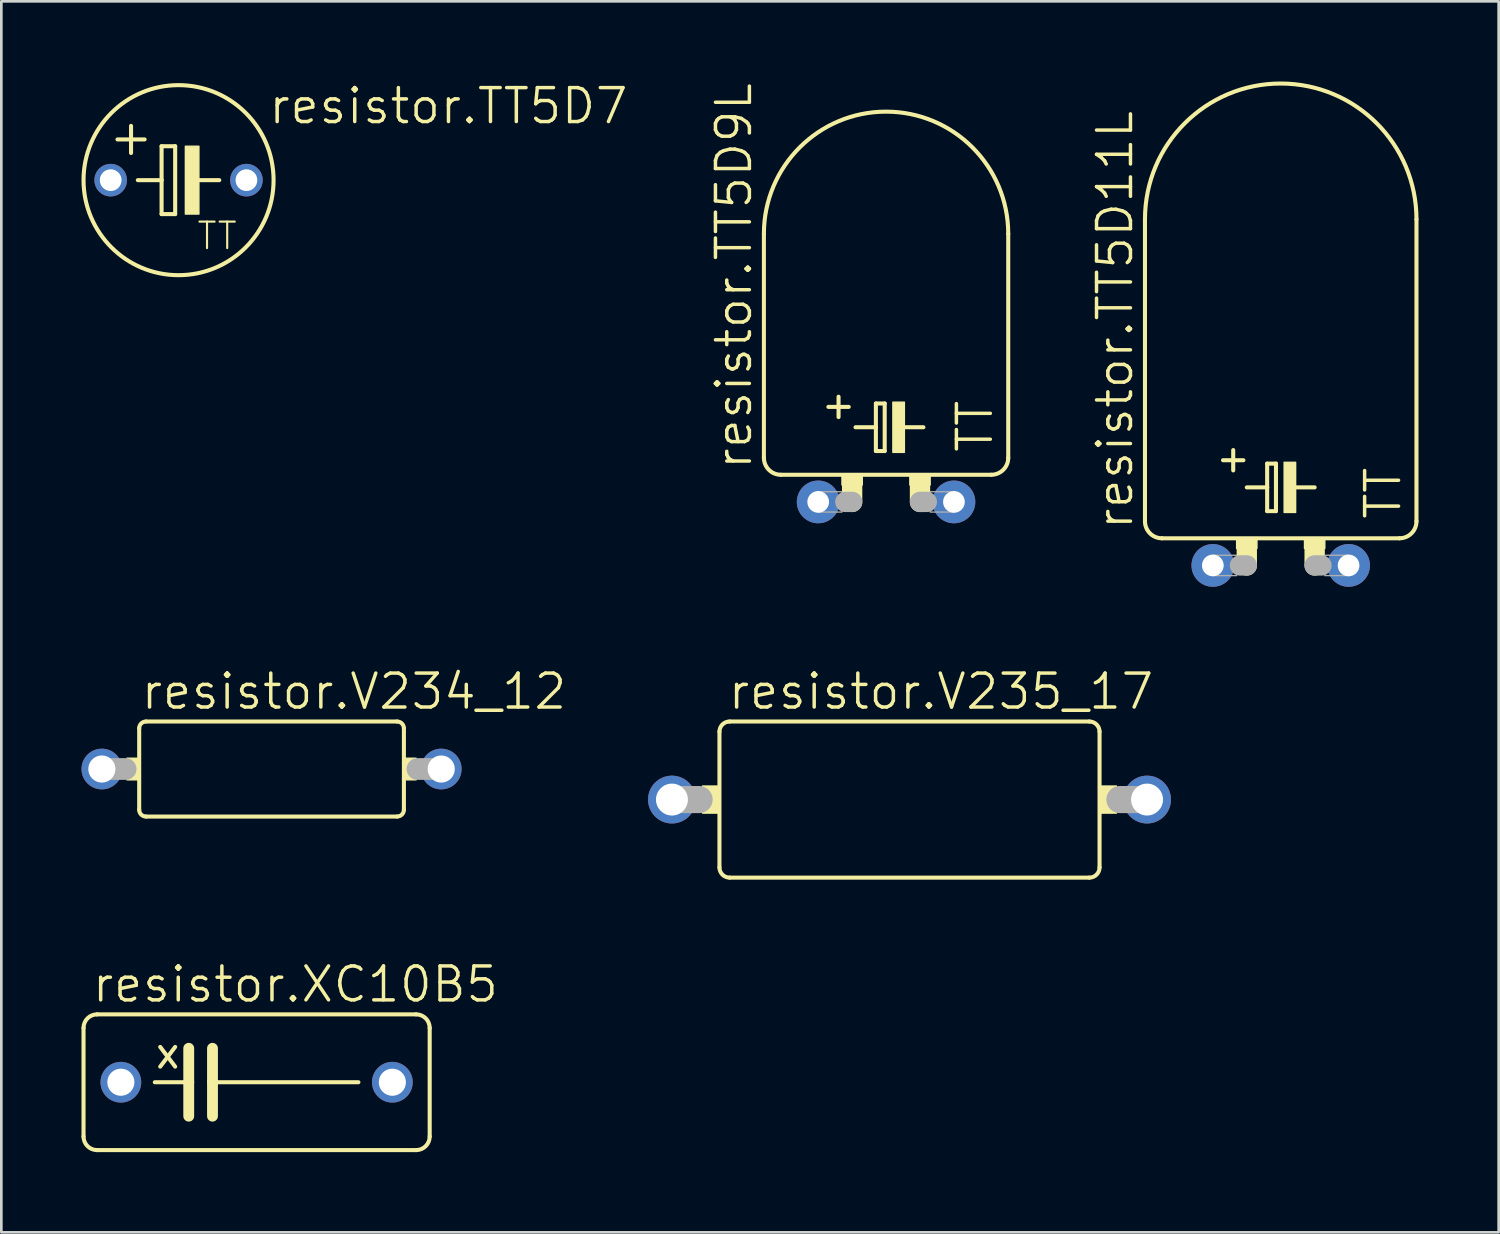
<source format=kicad_pcb>
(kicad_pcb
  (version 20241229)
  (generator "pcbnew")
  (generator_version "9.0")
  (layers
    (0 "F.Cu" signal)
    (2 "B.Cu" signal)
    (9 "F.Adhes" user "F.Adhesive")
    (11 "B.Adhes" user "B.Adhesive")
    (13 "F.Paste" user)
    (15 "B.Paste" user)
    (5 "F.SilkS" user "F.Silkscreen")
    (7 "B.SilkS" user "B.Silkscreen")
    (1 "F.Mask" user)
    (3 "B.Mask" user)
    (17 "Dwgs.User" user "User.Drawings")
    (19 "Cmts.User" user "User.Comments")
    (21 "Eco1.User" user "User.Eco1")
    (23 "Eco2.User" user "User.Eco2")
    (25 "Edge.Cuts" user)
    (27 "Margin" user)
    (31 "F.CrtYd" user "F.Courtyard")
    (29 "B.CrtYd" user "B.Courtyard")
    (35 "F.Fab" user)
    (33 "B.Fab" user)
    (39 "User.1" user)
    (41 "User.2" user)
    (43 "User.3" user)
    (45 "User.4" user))
  (footprint "resistor.TT5D7"
    (layer "F.Cu")
    (at 3.632 3.692)
    (property "Reference" "resistor.TT5D7" (at 3.302 -2.032 0) (layer "F.SilkS") (effects (font (size 1.27 1.27) (thickness 0.13)) (justify left bottom)))
    (attr through_hole)
    (fp_line (start -2.286 -1.524) (end -1.27 -1.524) (stroke (width 0.152) (type default)) (layer "F.SilkS"))
    (fp_line (start -1.778 -1.016) (end -1.778 -2.032) (stroke (width 0.152) (type default)) (layer "F.SilkS"))
    (fp_line (start -1.524 0) (end -0.635 0) (stroke (width 0.152) (type default)) (layer "F.SilkS"))
    (fp_line (start -0.635 -1.27) (end -0.635 0) (stroke (width 0.152) (type default)) (layer "F.SilkS"))
    (fp_line (start -0.635 0) (end -0.635 1.27) (stroke (width 0.152) (type default)) (layer "F.SilkS"))
    (fp_line (start -0.635 1.27) (end -0.127 1.27) (stroke (width 0.152) (type default)) (layer "F.SilkS"))
    (fp_line (start -0.127 -1.27) (end -0.635 -1.27) (stroke (width 0.152) (type default)) (layer "F.SilkS"))
    (fp_line (start -0.127 1.27) (end -0.127 -1.27) (stroke (width 0.152) (type default)) (layer "F.SilkS"))
    (fp_line (start 0.635 0) (end 1.524 0) (stroke (width 0.152) (type default)) (layer "F.SilkS"))
    (fp_rect (start 0.254 1.27) (end 0.762 -1.27) (stroke (width 0.05) (type default)) (fill yes) (layer "F.SilkS"))
    (fp_circle (center 0 0) (end 3.556 0) (stroke (width 0.152) (type default)) (fill no) (layer "F.SilkS"))
    (fp_text user "TT" (at 0.635 2.667 0) (layer "F.SilkS") (effects (font (size 0.991 0.991) (thickness 0.08)) (justify left bottom)))
    (pad "+" thru_hole circle (at -2.54 0) (size 1.219 1.219) (drill 0.813) (layers "*.Cu" "*.Mask"))
    (pad "-" thru_hole circle (at 2.54 0) (size 1.219 1.219) (drill 0.813) (layers "*.Cu" "*.Mask")))
  (footprint "resistor.XC10B5"
    (layer "F.Cu")
    (at 6.553 37.45)
    (property "Reference" "resistor.XC10B5" (at -6.223 -2.921 0) (layer "F.SilkS") (effects (font (size 1.27 1.27) (thickness 0.13)) (justify left bottom)))
    (attr through_hole)
    (fp_line (start -6.477 2.032) (end -6.477 -2.032) (stroke (width 0.152) (type default)) (layer "F.SilkS"))
    (fp_line (start -5.969 2.54) (end 5.969 2.54) (stroke (width 0.152) (type default)) (layer "F.SilkS"))
    (fp_line (start -3.81 0) (end -2.54 0) (stroke (width 0.152) (type default)) (layer "F.SilkS"))
    (fp_line (start -3.607 -1.321) (end -3.048 -0.584) (stroke (width 0.152) (type default)) (layer "F.SilkS"))
    (fp_line (start -3.607 -0.584) (end -3.048 -1.321) (stroke (width 0.152) (type default)) (layer "F.SilkS"))
    (fp_line (start -2.54 -1.27) (end -2.54 0) (stroke (width 0.406) (type default)) (layer "F.SilkS"))
    (fp_line (start -2.54 0) (end -2.54 1.27) (stroke (width 0.406) (type default)) (layer "F.SilkS"))
    (fp_line (start -1.651 -1.27) (end -1.651 0) (stroke (width 0.406) (type default)) (layer "F.SilkS"))
    (fp_line (start -1.651 0) (end -1.651 1.27) (stroke (width 0.406) (type default)) (layer "F.SilkS"))
    (fp_line (start 3.81 0) (end -1.651 0) (stroke (width 0.152) (type default)) (layer "F.SilkS"))
    (fp_line (start 5.969 -2.54) (end -5.969 -2.54) (stroke (width 0.152) (type default)) (layer "F.SilkS"))
    (fp_line (start 6.477 -2.032) (end 6.477 2.032) (stroke (width 0.152) (type default)) (layer "F.SilkS"))
    (fp_arc (start -6.477 -2.032) (mid -6.32821 -2.39121) (end -5.969 -2.54) (stroke (width 0.1524) (type default)) (layer "F.SilkS"))
    (fp_arc (start -5.969 2.54) (mid -6.32821 2.39121) (end -6.477 2.032) (stroke (width 0.1524) (type default)) (layer "F.SilkS"))
    (fp_arc (start 5.969 -2.54) (mid 6.32821 -2.39121) (end 6.477 -2.032) (stroke (width 0.1524) (type default)) (layer "F.SilkS"))
    (fp_arc (start 6.477 2.032) (mid 6.32821 2.39121) (end 5.969 2.54) (stroke (width 0.1524) (type default)) (layer "F.SilkS"))
    (pad "1" thru_hole circle (at -5.08 0) (size 1.524 1.524) (drill 1.016) (layers "*.Cu" "*.Mask"))
    (pad "2" thru_hole circle (at 5.08 0) (size 1.524 1.524) (drill 1.016) (layers "*.Cu" "*.Mask")))
  (footprint "resistor.TT5D9L"
    (layer "F.Cu")
    (at 30.109 15.733)
    (property "Reference" "resistor.TT5D9L" (at -4.953 -1.143 90) (layer "F.SilkS") (effects (font (size 1.27 1.27) (thickness 0.13)) (justify left bottom)))
    (attr through_hole)
    (fp_line (start -4.572 -10.033) (end -4.572 -1.651) (stroke (width 0.152) (type default)) (layer "F.SilkS"))
    (fp_line (start -3.937 -1.016) (end 3.937 -1.016) (stroke (width 0.152) (type default)) (layer "F.SilkS"))
    (fp_line (start -2.159 -3.556) (end -1.397 -3.556) (stroke (width 0.152) (type default)) (layer "F.SilkS"))
    (fp_line (start -1.778 -3.937) (end -1.778 -3.175) (stroke (width 0.152) (type default)) (layer "F.SilkS"))
    (fp_line (start -1.27 -0.635) (end -1.27 0) (stroke (width 0.762) (type default)) (layer "F.SilkS"))
    (fp_line (start -1.143 -2.794) (end -0.381 -2.794) (stroke (width 0.152) (type default)) (layer "F.SilkS"))
    (fp_line (start -0.381 -3.683) (end -0.381 -2.794) (stroke (width 0.152) (type default)) (layer "F.SilkS"))
    (fp_line (start -0.381 -2.794) (end -0.381 -1.905) (stroke (width 0.152) (type default)) (layer "F.SilkS"))
    (fp_line (start -0.381 -1.905) (end -0.051 -1.905) (stroke (width 0.152) (type default)) (layer "F.SilkS"))
    (fp_line (start -0.051 -3.683) (end -0.381 -3.683) (stroke (width 0.152) (type default)) (layer "F.SilkS"))
    (fp_line (start -0.051 -1.905) (end -0.051 -3.683) (stroke (width 0.152) (type default)) (layer "F.SilkS"))
    (fp_line (start 0.635 -2.794) (end 1.397 -2.794) (stroke (width 0.152) (type default)) (layer "F.SilkS"))
    (fp_line (start 1.27 -0.635) (end 1.27 0) (stroke (width 0.762) (type default)) (layer "F.SilkS"))
    (fp_line (start 4.572 -10.033) (end 4.572 -1.651) (stroke (width 0.152) (type default)) (layer "F.SilkS"))
    (fp_rect (start -1.651 -0.635) (end -0.889 -1.016) (stroke (width 0.05) (type default)) (fill yes) (layer "F.SilkS"))
    (fp_rect (start 0.254 -1.854) (end 0.686 -3.734) (stroke (width 0.05) (type default)) (fill yes) (layer "F.SilkS"))
    (fp_rect (start 0.889 -0.635) (end 1.651 -1.016) (stroke (width 0.05) (type default)) (fill yes) (layer "F.SilkS"))
    (fp_arc (start -4.572 -10.033) (mid 0 -14.605) (end 4.572 -10.033) (stroke (width 0.1524) (type default)) (layer "F.SilkS"))
    (fp_arc (start -3.937 -1.016) (mid -4.386013 -1.201987) (end -4.572 -1.651) (stroke (width 0.1524) (type default)) (layer "F.SilkS"))
    (fp_arc (start 4.572 -1.651) (mid 4.386013 -1.201987) (end 3.937 -1.016) (stroke (width 0.1524) (type default)) (layer "F.SilkS"))
    (fp_line (start -1.524 0) (end -1.27 0) (stroke (width 0.762) (type default)) (layer "F.Fab"))
    (fp_line (start 1.524 0) (end 1.27 0) (stroke (width 0.762) (type default)) (layer "F.Fab"))
    (fp_rect (start -2.54 0.381) (end -1.651 -0.381) (stroke (width 0.05) (type default)) (fill no) (layer "F.Fab"))
    (fp_rect (start 1.651 0.381) (end 2.54 -0.381) (stroke (width 0.05) (type default)) (fill no) (layer "F.Fab"))
    (fp_text user "TT" (at 4.064 -1.778 90) (layer "F.SilkS") (effects (font (size 1.27 1.27) (thickness 0.13)) (justify left bottom)))
    (pad "+" thru_hole circle (at -2.54 0) (size 1.6 1.6) (drill 0.813) (layers "*.Cu" "*.Mask"))
    (pad "-" thru_hole circle (at 2.54 0) (size 1.6 1.6) (drill 0.813) (layers "*.Cu" "*.Mask")))
  (footprint "resistor.V234_12"
    (layer "F.Cu")
    (at 7.112 25.729)
    (property "Reference" "resistor.V234_12" (at -4.953 -2.159 0) (layer "F.SilkS") (effects (font (size 1.27 1.27) (thickness 0.13)) (justify left bottom)))
    (attr through_hole)
    (fp_line (start -4.953 -1.524) (end -4.953 1.524) (stroke (width 0.152) (type default)) (layer "F.SilkS"))
    (fp_line (start -4.699 -1.778) (end 4.699 -1.778) (stroke (width 0.152) (type default)) (layer "F.SilkS"))
    (fp_line (start 4.699 1.778) (end -4.699 1.778) (stroke (width 0.152) (type default)) (layer "F.SilkS"))
    (fp_line (start 4.953 -1.524) (end 4.953 1.524) (stroke (width 0.152) (type default)) (layer "F.SilkS"))
    (fp_rect (start -5.41 0.406) (end -4.953 -0.406) (stroke (width 0.05) (type default)) (fill yes) (layer "F.SilkS"))
    (fp_rect (start 4.953 0.406) (end 5.41 -0.406) (stroke (width 0.05) (type default)) (fill yes) (layer "F.SilkS"))
    (fp_arc (start -4.953 -1.524) (mid -4.878605 -1.703605) (end -4.699 -1.778) (stroke (width 0.1524) (type default)) (layer "F.SilkS"))
    (fp_arc (start -4.699 1.778) (mid -4.878605 1.703605) (end -4.953 1.524) (stroke (width 0.1524) (type default)) (layer "F.SilkS"))
    (fp_arc (start 4.699 -1.778) (mid 4.878605 -1.703605) (end 4.953 -1.524) (stroke (width 0.1524) (type default)) (layer "F.SilkS"))
    (fp_arc (start 4.953 1.524) (mid 4.878605 1.703605) (end 4.699 1.778) (stroke (width 0.1524) (type default)) (layer "F.SilkS"))
    (fp_line (start -6.35 0) (end -5.461 0) (stroke (width 0.813) (type default)) (layer "F.Fab"))
    (fp_line (start 6.35 0) (end 5.461 0) (stroke (width 0.813) (type default)) (layer "F.Fab"))
    (pad "1" thru_hole circle (at -6.35 0) (size 1.524 1.524) (drill 1.016) (layers "*.Cu" "*.Mask"))
    (pad "2" thru_hole circle (at 6.35 0) (size 1.524 1.524) (drill 1.016) (layers "*.Cu" "*.Mask")))
  (footprint "resistor.TT5D11L"
    (layer "F.Cu")
    (at 44.878 18.11)
    (property "Reference" "resistor.TT5D11L" (at -5.461 -1.27 90) (layer "F.SilkS") (effects (font (size 1.27 1.27) (thickness 0.13)) (justify left bottom)))
    (attr through_hole)
    (fp_line (start -5.08 -12.954) (end -5.08 -1.651) (stroke (width 0.152) (type default)) (layer "F.SilkS"))
    (fp_line (start -4.445 -1.016) (end 4.445 -1.016) (stroke (width 0.152) (type default)) (layer "F.SilkS"))
    (fp_line (start -2.159 -3.937) (end -1.397 -3.937) (stroke (width 0.152) (type default)) (layer "F.SilkS"))
    (fp_line (start -1.778 -4.318) (end -1.778 -3.556) (stroke (width 0.152) (type default)) (layer "F.SilkS"))
    (fp_line (start -1.27 -2.921) (end -0.508 -2.921) (stroke (width 0.152) (type default)) (layer "F.SilkS"))
    (fp_line (start -1.27 -0.635) (end -1.27 0) (stroke (width 0.762) (type default)) (layer "F.SilkS"))
    (fp_line (start -0.508 -3.81) (end -0.508 -2.921) (stroke (width 0.152) (type default)) (layer "F.SilkS"))
    (fp_line (start -0.508 -2.921) (end -0.508 -2.032) (stroke (width 0.152) (type default)) (layer "F.SilkS"))
    (fp_line (start -0.508 -2.032) (end -0.178 -2.032) (stroke (width 0.152) (type default)) (layer "F.SilkS"))
    (fp_line (start -0.178 -3.81) (end -0.508 -3.81) (stroke (width 0.152) (type default)) (layer "F.SilkS"))
    (fp_line (start -0.178 -2.032) (end -0.178 -3.81) (stroke (width 0.152) (type default)) (layer "F.SilkS"))
    (fp_line (start 0.508 -2.921) (end 1.27 -2.921) (stroke (width 0.152) (type default)) (layer "F.SilkS"))
    (fp_line (start 1.27 -0.635) (end 1.27 0) (stroke (width 0.762) (type default)) (layer "F.SilkS"))
    (fp_line (start 5.08 -12.954) (end 5.08 -1.651) (stroke (width 0.152) (type default)) (layer "F.SilkS"))
    (fp_rect (start -1.651 -0.635) (end -0.889 -1.016) (stroke (width 0.05) (type default)) (fill yes) (layer "F.SilkS"))
    (fp_rect (start 0.127 -1.981) (end 0.559 -3.861) (stroke (width 0.05) (type default)) (fill yes) (layer "F.SilkS"))
    (fp_rect (start 0.889 -0.635) (end 1.651 -1.016) (stroke (width 0.05) (type default)) (fill yes) (layer "F.SilkS"))
    (fp_arc (start -5.08 -12.954) (mid 0 -18.034) (end 5.08 -12.954) (stroke (width 0.1524) (type default)) (layer "F.SilkS"))
    (fp_arc (start -4.445 -1.016) (mid -4.894013 -1.201987) (end -5.08 -1.651) (stroke (width 0.1524) (type default)) (layer "F.SilkS"))
    (fp_arc (start 5.08 -1.651) (mid 4.894013 -1.201987) (end 4.445 -1.016) (stroke (width 0.1524) (type default)) (layer "F.SilkS"))
    (fp_line (start -1.524 0) (end -1.27 0) (stroke (width 0.762) (type default)) (layer "F.Fab"))
    (fp_line (start 1.524 0) (end 1.27 0) (stroke (width 0.762) (type default)) (layer "F.Fab"))
    (fp_rect (start -2.54 0.381) (end -1.651 -0.381) (stroke (width 0.05) (type default)) (fill no) (layer "F.Fab"))
    (fp_rect (start 1.651 0.381) (end 2.54 -0.381) (stroke (width 0.05) (type default)) (fill no) (layer "F.Fab"))
    (fp_text user "TT" (at 4.572 -1.651 90) (layer "F.SilkS") (effects (font (size 1.27 1.27) (thickness 0.13)) (justify left bottom)))
    (pad "+" thru_hole circle (at -2.54 0) (size 1.6 1.6) (drill 0.813) (layers "*.Cu" "*.Mask"))
    (pad "-" thru_hole circle (at 2.54 0) (size 1.6 1.6) (drill 0.813) (layers "*.Cu" "*.Mask")))
  (footprint "resistor.V235_17"
    (layer "F.Cu")
    (at 30.986 26.872)
    (property "Reference" "resistor.V235_17" (at -6.858 -3.302 0) (layer "F.SilkS") (effects (font (size 1.27 1.27) (thickness 0.13)) (justify left bottom)))
    (attr through_hole)
    (fp_line (start -7.112 -2.54) (end -7.112 2.54) (stroke (width 0.152) (type default)) (layer "F.SilkS"))
    (fp_line (start -6.731 -2.921) (end 6.731 -2.921) (stroke (width 0.152) (type default)) (layer "F.SilkS"))
    (fp_line (start 6.731 2.921) (end -6.731 2.921) (stroke (width 0.152) (type default)) (layer "F.SilkS"))
    (fp_line (start 7.112 -2.54) (end 7.112 2.54) (stroke (width 0.152) (type default)) (layer "F.SilkS"))
    (fp_rect (start -7.747 0.508) (end -7.112 -0.508) (stroke (width 0.05) (type default)) (fill yes) (layer "F.SilkS"))
    (fp_rect (start 7.112 0.508) (end 7.747 -0.508) (stroke (width 0.05) (type default)) (fill yes) (layer "F.SilkS"))
    (fp_arc (start -7.112 -2.54) (mid -7.000408 -2.809408) (end -6.731 -2.921) (stroke (width 0.1524) (type default)) (layer "F.SilkS"))
    (fp_arc (start -6.731 2.921) (mid -7.000408 2.809408) (end -7.112 2.54) (stroke (width 0.1524) (type default)) (layer "F.SilkS"))
    (fp_arc (start 6.731 -2.921) (mid 7.000408 -2.809408) (end 7.112 -2.54) (stroke (width 0.1524) (type default)) (layer "F.SilkS"))
    (fp_arc (start 7.112 2.54) (mid 7.000408 2.809408) (end 6.731 2.921) (stroke (width 0.1524) (type default)) (layer "F.SilkS"))
    (fp_line (start -7.874 0) (end -8.89 0) (stroke (width 1.016) (type default)) (layer "F.Fab"))
    (fp_line (start 8.89 0) (end 7.874 0) (stroke (width 1.016) (type default)) (layer "F.Fab"))
    (pad "1" thru_hole circle (at -8.89 0) (size 1.791 1.791) (drill 1.194) (layers "*.Cu" "*.Mask"))
    (pad "2" thru_hole circle (at 8.89 0) (size 1.791 1.791) (drill 1.194) (layers "*.Cu" "*.Mask")))
  (gr_rect
    (start -3 -3)
    (end 53.034 43.067)
    (stroke (width 0.1) (type default))
    (fill no)
    (layer "Edge.Cuts")))
</source>
